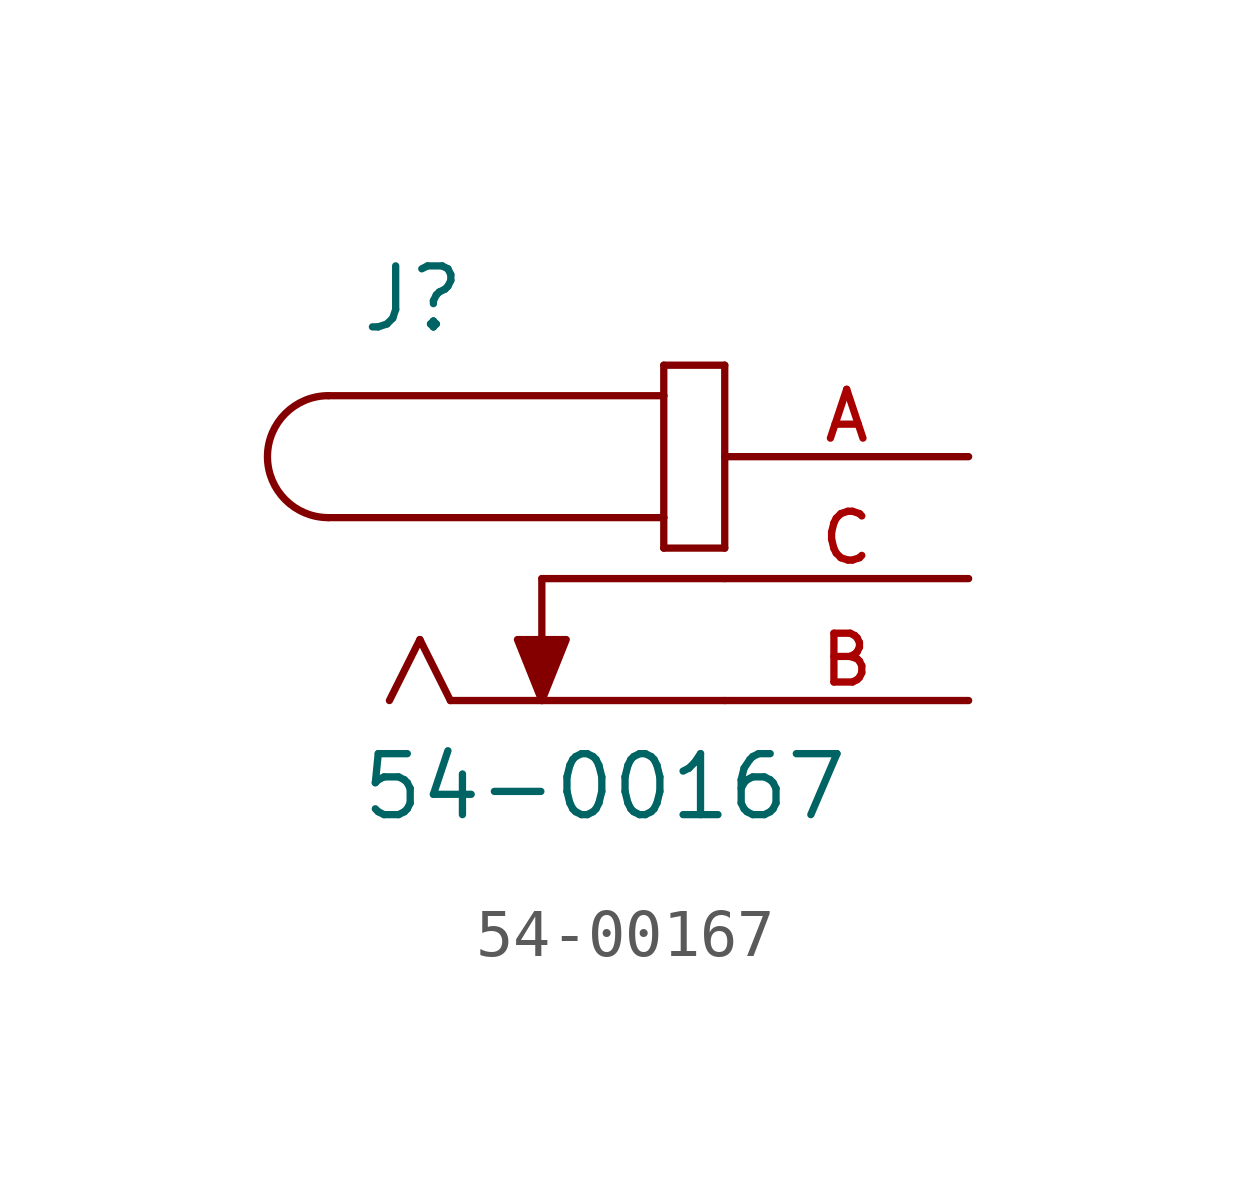
<source format=kicad_sym>
(kicad_symbol_lib
  (version 20211014)
  (generator kicad_symbol_editor)
  (symbol "54-00167"
    (pin_names
      (offset 1.016))
    (property "Reference" "J"
      (at -7.62 5.08 0)
      (effects (font (size 1.27 1.27)) (justify bottom left)))
    (property "Value" "54-00167"
      (at -7.62 -5.08 0)
      (effects (font (size 1.27 1.27)) (justify bottom left)))
    (symbol "54-00167_0_0"
      (arc (start -8.255 3.81) (mid -9.525 2.54) (end -8.255 1.27) (stroke (width 0.1524) (type default) (color 0 0 0 0)) (fill (type none)))
      (polyline (pts (xy -8.255 3.81) (xy -1.27 3.81)) (stroke (width 0.152)))
      (polyline (pts (xy -1.27 3.81) (xy -1.27 1.27)) (stroke (width 0.152)))
      (polyline (pts (xy -1.27 1.27) (xy -8.255 1.27)) (stroke (width 0.152)))
      (polyline (pts (xy -1.27 1.27) (xy -1.27 0.635)) (stroke (width 0.152)))
      (polyline (pts (xy -1.27 0.635) (xy 0.0 0.635)) (stroke (width 0.152)))
      (polyline (pts (xy 0.0 0.635) (xy 0.0 4.445)) (stroke (width 0.152)))
      (polyline (pts (xy 0.0 4.445) (xy -1.27 4.445)) (stroke (width 0.152)))
      (polyline (pts (xy -1.27 4.445) (xy -1.27 3.81)) (stroke (width 0.152)))
      (polyline (pts (xy -5.715 -2.54) (xy -6.35 -1.27)) (stroke (width 0.152)))
      (polyline (pts (xy -6.35 -1.27) (xy -6.985 -2.54)) (stroke (width 0.152)))
      (polyline (pts (xy -3.81 0.0) (xy -3.81 -2.54)) (stroke (width 0.152)))
      (polyline (pts (xy -3.81 -2.54) (xy -4.318 -1.27) (xy -3.302 -1.27) (xy -3.81 -2.54)) (stroke (width 0.152)) (fill (type outline)))
      (polyline (pts (xy 0.0 0.0) (xy -3.81 0.0)) (stroke (width 0.152)))
      (polyline (pts (xy 0.0 -2.54) (xy -5.715 -2.54)) (stroke (width 0.152)))
      (pin passive line (at 5.08 2.54 180.0) (length 5.08) (name "~" (effects (font (size 1.016 1.016)))) (number "A" (effects (font (size 1.016 1.016)))))
      (pin passive line (at 5.08 0.0 180.0) (length 5.08) (name "~" (effects (font (size 1.016 1.016)))) (number "C" (effects (font (size 1.016 1.016)))))
      (pin passive line (at 5.08 -2.54 180.0) (length 5.08) (name "~" (effects (font (size 1.016 1.016)))) (number "B" (effects (font (size 1.016 1.016))))))))
</source>
